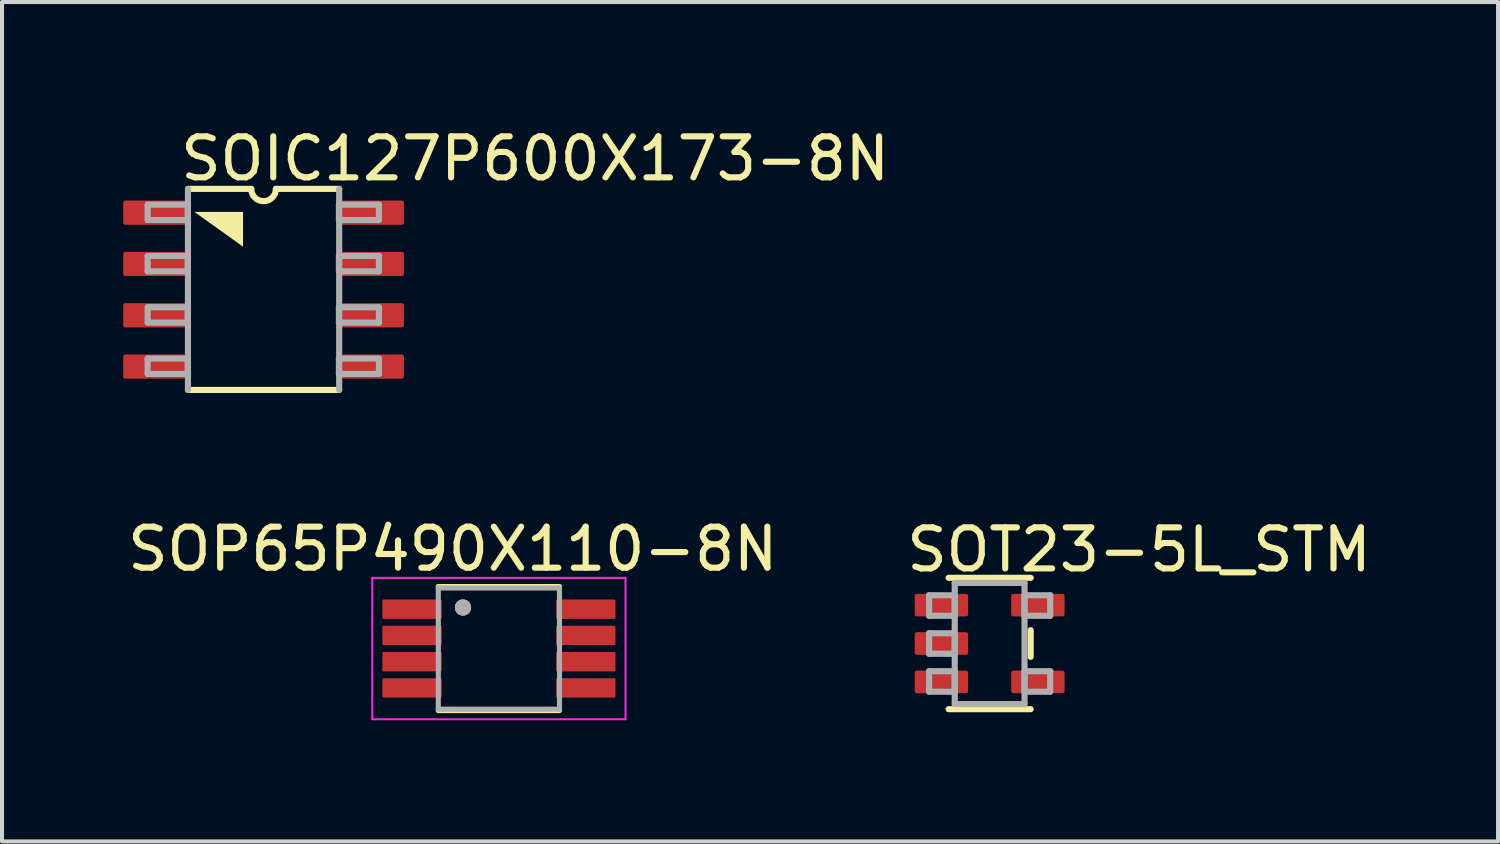
<source format=kicad_pcb>
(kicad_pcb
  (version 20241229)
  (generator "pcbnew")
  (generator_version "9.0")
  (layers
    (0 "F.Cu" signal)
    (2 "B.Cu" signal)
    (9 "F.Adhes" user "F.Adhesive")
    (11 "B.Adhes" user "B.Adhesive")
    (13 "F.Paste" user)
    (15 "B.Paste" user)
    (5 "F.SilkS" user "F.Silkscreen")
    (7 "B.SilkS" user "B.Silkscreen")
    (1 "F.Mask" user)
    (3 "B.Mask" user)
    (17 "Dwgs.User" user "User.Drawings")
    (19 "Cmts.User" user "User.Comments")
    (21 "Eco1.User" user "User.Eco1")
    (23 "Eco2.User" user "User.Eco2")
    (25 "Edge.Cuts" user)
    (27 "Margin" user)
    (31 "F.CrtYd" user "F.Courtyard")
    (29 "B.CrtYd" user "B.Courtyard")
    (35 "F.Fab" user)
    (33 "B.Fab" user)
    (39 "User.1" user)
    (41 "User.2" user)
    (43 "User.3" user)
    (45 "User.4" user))
  (footprint "SOIC127P600X173-8N"
    (layer "F.Cu")
    (at 3.475 4.115)
    (property "Reference" "SOIC127P600X173-8N" (at -2.134 -2.642 0) (layer "F.SilkS") (effects (font (size 1.016 1.016) (thickness 0.152)) (justify left bottom)))
    (fp_line (start -1.872 2.489) (end 1.872 2.489) (stroke (width 0.152) (type solid)) (layer "F.SilkS"))
    (fp_line (start -0.305 -2.489) (end -1.872 -2.489) (stroke (width 0.152) (type solid)) (layer "F.SilkS"))
    (fp_line (start 1.872 -2.489) (end 0.305 -2.489) (stroke (width 0.152) (type solid)) (layer "F.SilkS"))
    (fp_arc (start 0.3048 -2.4892) (mid 0 -2.1844) (end -0.3048 -2.4892) (stroke (width 0.1524) (type solid)) (layer "F.SilkS"))
    (fp_poly (pts (xy -0.508 -1.058) (xy -1.711 -1.918) (xy -0.508 -1.918)) (stroke (width 0) (type default)) (fill yes) (layer "F.SilkS"))
    (fp_line (start -2.869 -2.099) (end -2.869 -1.718) (stroke (width 0.152) (type solid)) (layer "F.Fab"))
    (fp_line (start -2.869 -1.718) (end -1.878 -1.718) (stroke (width 0.152) (type solid)) (layer "F.Fab"))
    (fp_line (start -2.869 -0.829) (end -2.869 -0.448) (stroke (width 0.152) (type solid)) (layer "F.Fab"))
    (fp_line (start -2.869 -0.448) (end -1.878 -0.448) (stroke (width 0.152) (type solid)) (layer "F.Fab"))
    (fp_line (start -2.869 0.441) (end -2.869 0.822) (stroke (width 0.152) (type solid)) (layer "F.Fab"))
    (fp_line (start -2.869 0.822) (end -1.878 0.822) (stroke (width 0.152) (type solid)) (layer "F.Fab"))
    (fp_line (start -2.869 1.711) (end -2.869 2.092) (stroke (width 0.152) (type solid)) (layer "F.Fab"))
    (fp_line (start -2.869 2.092) (end -1.878 2.092) (stroke (width 0.152) (type solid)) (layer "F.Fab"))
    (fp_line (start -1.878 -2.099) (end -2.869 -2.099) (stroke (width 0.152) (type solid)) (layer "F.Fab"))
    (fp_line (start -1.878 -1.718) (end -1.878 -2.099) (stroke (width 0.152) (type solid)) (layer "F.Fab"))
    (fp_line (start -1.878 -0.829) (end -2.869 -0.829) (stroke (width 0.152) (type solid)) (layer "F.Fab"))
    (fp_line (start -1.878 -0.448) (end -1.878 -0.829) (stroke (width 0.152) (type solid)) (layer "F.Fab"))
    (fp_line (start -1.878 0.441) (end -2.869 0.441) (stroke (width 0.152) (type solid)) (layer "F.Fab"))
    (fp_line (start -1.878 0.822) (end -1.878 0.441) (stroke (width 0.152) (type solid)) (layer "F.Fab"))
    (fp_line (start -1.878 1.711) (end -2.869 1.711) (stroke (width 0.152) (type solid)) (layer "F.Fab"))
    (fp_line (start -1.878 2.092) (end -1.878 1.711) (stroke (width 0.152) (type solid)) (layer "F.Fab"))
    (fp_line (start -1.872 2.489) (end -1.872 -2.489) (stroke (width 0.152) (type solid)) (layer "F.Fab"))
    (fp_line (start 1.865 -2.099) (end 1.865 -1.718) (stroke (width 0.152) (type solid)) (layer "F.Fab"))
    (fp_line (start 1.865 -1.718) (end 2.856 -1.718) (stroke (width 0.152) (type solid)) (layer "F.Fab"))
    (fp_line (start 1.865 -0.829) (end 1.865 -0.448) (stroke (width 0.152) (type solid)) (layer "F.Fab"))
    (fp_line (start 1.865 -0.448) (end 2.856 -0.448) (stroke (width 0.152) (type solid)) (layer "F.Fab"))
    (fp_line (start 1.865 0.441) (end 1.865 0.822) (stroke (width 0.152) (type solid)) (layer "F.Fab"))
    (fp_line (start 1.865 0.822) (end 2.856 0.822) (stroke (width 0.152) (type solid)) (layer "F.Fab"))
    (fp_line (start 1.865 1.711) (end 1.865 2.092) (stroke (width 0.152) (type solid)) (layer "F.Fab"))
    (fp_line (start 1.865 2.092) (end 2.856 2.092) (stroke (width 0.152) (type solid)) (layer "F.Fab"))
    (fp_line (start 1.872 2.489) (end 1.872 -2.489) (stroke (width 0.152) (type solid)) (layer "F.Fab"))
    (fp_line (start 2.856 -2.099) (end 1.865 -2.099) (stroke (width 0.152) (type solid)) (layer "F.Fab"))
    (fp_line (start 2.856 -1.718) (end 2.856 -2.099) (stroke (width 0.152) (type solid)) (layer "F.Fab"))
    (fp_line (start 2.856 -0.829) (end 1.865 -0.829) (stroke (width 0.152) (type solid)) (layer "F.Fab"))
    (fp_line (start 2.856 -0.448) (end 2.856 -0.829) (stroke (width 0.152) (type solid)) (layer "F.Fab"))
    (fp_line (start 2.856 0.441) (end 1.865 0.441) (stroke (width 0.152) (type solid)) (layer "F.Fab"))
    (fp_line (start 2.856 0.822) (end 2.856 0.441) (stroke (width 0.152) (type solid)) (layer "F.Fab"))
    (fp_line (start 2.856 1.711) (end 1.865 1.711) (stroke (width 0.152) (type solid)) (layer "F.Fab"))
    (fp_line (start 2.856 2.092) (end 2.856 1.711) (stroke (width 0.152) (type solid)) (layer "F.Fab"))
    (pad "1" smd roundrect (at -2.7 -1.9) (size 1.55 0.6) (layers "F.Cu" "F.Mask" "F.Paste") (roundrect_rratio 0.085))
    (pad "2" smd roundrect (at -2.7 -0.63) (size 1.55 0.6) (layers "F.Cu" "F.Mask" "F.Paste") (roundrect_rratio 0.085))
    (pad "3" smd roundrect (at -2.7 0.64) (size 1.55 0.6) (layers "F.Cu" "F.Mask" "F.Paste") (roundrect_rratio 0.085))
    (pad "4" smd roundrect (at -2.7 1.91) (size 1.55 0.6) (layers "F.Cu" "F.Mask" "F.Paste") (roundrect_rratio 0.085))
    (pad "5" smd roundrect (at 2.7 1.91) (size 1.55 0.6) (layers "F.Cu" "F.Mask" "F.Paste") (roundrect_rratio 0.085))
    (pad "6" smd roundrect (at 2.7 0.64) (size 1.55 0.6) (layers "F.Cu" "F.Mask" "F.Paste") (roundrect_rratio 0.085))
    (pad "7" smd roundrect (at 2.7 -0.63) (size 1.55 0.6) (layers "F.Cu" "F.Mask" "F.Paste") (roundrect_rratio 0.085))
    (pad "8" smd roundrect (at 2.7 -1.9) (size 1.55 0.6) (layers "F.Cu" "F.Mask" "F.Paste") (roundrect_rratio 0.085)))
  (footprint "SOP65P490X110-8N"
    (layer "F.Cu")
    (at 9.301 13.006)
    (property "Reference" "SOP65P490X110-8N" (at -1.143 -2.464 0) (layer "F.SilkS") (effects (font (size 1.016 1.016) (thickness 0.152))))
    (attr smd)
    (fp_line (start -1.5 -1.535) (end 1.5 -1.535) (stroke (width 0.127) (type solid)) (layer "F.SilkS"))
    (fp_line (start -1.5 1.535) (end 1.5 1.535) (stroke (width 0.127) (type solid)) (layer "F.SilkS"))
    (fp_circle (center -0.889 -1.016) (end -0.789 -1.016) (stroke (width 0.2) (type solid)) (fill no) (layer "F.SilkS"))
    (fp_line (start -3.135 -1.75) (end -3.135 1.75) (stroke (width 0.05) (type solid)) (layer "F.CrtYd"))
    (fp_line (start -3.135 -1.75) (end 3.135 -1.75) (stroke (width 0.05) (type solid)) (layer "F.CrtYd"))
    (fp_line (start -3.135 1.75) (end 3.135 1.75) (stroke (width 0.05) (type solid)) (layer "F.CrtYd"))
    (fp_line (start 3.135 -1.75) (end 3.135 1.75) (stroke (width 0.05) (type solid)) (layer "F.CrtYd"))
    (fp_line (start -1.5 -1.5) (end -1.5 1.5) (stroke (width 0.127) (type solid)) (layer "F.Fab"))
    (fp_line (start -1.5 -1.5) (end 1.5 -1.5) (stroke (width 0.127) (type solid)) (layer "F.Fab"))
    (fp_line (start -1.5 1.5) (end 1.5 1.5) (stroke (width 0.127) (type solid)) (layer "F.Fab"))
    (fp_line (start 1.5 -1.5) (end 1.5 1.5) (stroke (width 0.127) (type solid)) (layer "F.Fab"))
    (fp_circle (center -0.889 -1.016) (end -0.789 -1.016) (stroke (width 0.2) (type solid)) (fill no) (layer "F.Fab"))
    (pad "1" smd roundrect (at -2.15 -0.975) (size 1.47 0.48) (layers "F.Cu" "F.Mask" "F.Paste") (roundrect_rratio 0.06))
    (pad "2" smd roundrect (at -2.15 -0.325) (size 1.47 0.48) (layers "F.Cu" "F.Mask" "F.Paste") (roundrect_rratio 0.06))
    (pad "3" smd roundrect (at -2.15 0.325) (size 1.47 0.48) (layers "F.Cu" "F.Mask" "F.Paste") (roundrect_rratio 0.06))
    (pad "4" smd roundrect (at -2.15 0.975) (size 1.47 0.48) (layers "F.Cu" "F.Mask" "F.Paste") (roundrect_rratio 0.06))
    (pad "5" smd roundrect (at 2.15 0.975) (size 1.47 0.48) (layers "F.Cu" "F.Mask" "F.Paste") (roundrect_rratio 0.06))
    (pad "6" smd roundrect (at 2.15 0.325) (size 1.47 0.48) (layers "F.Cu" "F.Mask" "F.Paste") (roundrect_rratio 0.06))
    (pad "7" smd roundrect (at 2.15 -0.325) (size 1.47 0.48) (layers "F.Cu" "F.Mask" "F.Paste") (roundrect_rratio 0.06))
    (pad "8" smd roundrect (at 2.15 -0.975) (size 1.47 0.48) (layers "F.Cu" "F.Mask" "F.Paste") (roundrect_rratio 0.06)))
  (footprint "SOT23-5L_STM"
    (layer "F.Cu")
    (at 21.45 12.881)
    (property "Reference" "SOT23-5L_STM" (at -2.134 -1.727 0) (layer "F.SilkS") (effects (font (size 1.016 1.016) (thickness 0.152)) (justify left bottom)))
    (fp_line (start -1.016 1.626) (end 1.016 1.626) (stroke (width 0.152) (type solid)) (layer "F.SilkS"))
    (fp_line (start 1.016 -1.626) (end -1.016 -1.626) (stroke (width 0.152) (type solid)) (layer "F.SilkS"))
    (fp_line (start 1.016 0.33) (end 1.016 -0.33) (stroke (width 0.152) (type solid)) (layer "F.SilkS"))
    (fp_line (start -1.499 -1.194) (end -1.499 -0.686) (stroke (width 0.152) (type solid)) (layer "F.Fab"))
    (fp_line (start -1.499 -0.686) (end -0.864 -0.686) (stroke (width 0.152) (type solid)) (layer "F.Fab"))
    (fp_line (start -1.499 -0.254) (end -1.499 0.254) (stroke (width 0.152) (type solid)) (layer "F.Fab"))
    (fp_line (start -1.499 0.254) (end -0.864 0.254) (stroke (width 0.152) (type solid)) (layer "F.Fab"))
    (fp_line (start -1.499 0.686) (end -1.499 1.194) (stroke (width 0.152) (type solid)) (layer "F.Fab"))
    (fp_line (start -1.499 1.194) (end -0.864 1.194) (stroke (width 0.152) (type solid)) (layer "F.Fab"))
    (fp_line (start -0.864 -1.499) (end -0.864 1.499) (stroke (width 0.152) (type solid)) (layer "F.Fab"))
    (fp_line (start -0.864 -1.194) (end -1.499 -1.194) (stroke (width 0.152) (type solid)) (layer "F.Fab"))
    (fp_line (start -0.864 -0.686) (end -0.864 -1.194) (stroke (width 0.152) (type solid)) (layer "F.Fab"))
    (fp_line (start -0.864 -0.254) (end -1.499 -0.254) (stroke (width 0.152) (type solid)) (layer "F.Fab"))
    (fp_line (start -0.864 0.254) (end -0.864 -0.254) (stroke (width 0.152) (type solid)) (layer "F.Fab"))
    (fp_line (start -0.864 0.686) (end -1.499 0.686) (stroke (width 0.152) (type solid)) (layer "F.Fab"))
    (fp_line (start -0.864 1.194) (end -0.864 0.686) (stroke (width 0.152) (type solid)) (layer "F.Fab"))
    (fp_line (start -0.864 1.499) (end 0.864 1.499) (stroke (width 0.152) (type solid)) (layer "F.Fab"))
    (fp_line (start 0.864 -1.499) (end -0.864 -1.499) (stroke (width 0.152) (type solid)) (layer "F.Fab"))
    (fp_line (start 0.864 -1.194) (end 0.864 -0.686) (stroke (width 0.152) (type solid)) (layer "F.Fab"))
    (fp_line (start 0.864 -0.686) (end 1.499 -0.686) (stroke (width 0.152) (type solid)) (layer "F.Fab"))
    (fp_line (start 0.864 0.686) (end 0.864 1.194) (stroke (width 0.152) (type solid)) (layer "F.Fab"))
    (fp_line (start 0.864 1.194) (end 1.499 1.194) (stroke (width 0.152) (type solid)) (layer "F.Fab"))
    (fp_line (start 0.864 1.499) (end 0.864 -1.499) (stroke (width 0.152) (type solid)) (layer "F.Fab"))
    (fp_line (start 1.499 -1.194) (end 0.864 -1.194) (stroke (width 0.152) (type solid)) (layer "F.Fab"))
    (fp_line (start 1.499 -0.686) (end 1.499 -1.194) (stroke (width 0.152) (type solid)) (layer "F.Fab"))
    (fp_line (start 1.499 0.686) (end 0.864 0.686) (stroke (width 0.152) (type solid)) (layer "F.Fab"))
    (fp_line (start 1.499 1.194) (end 1.499 0.686) (stroke (width 0.152) (type solid)) (layer "F.Fab"))
    (pad "1" smd roundrect (at -1.194 -0.95) (size 1.321 0.559) (layers "F.Cu" "F.Mask" "F.Paste") (roundrect_rratio 0.091))
    (pad "2" smd roundrect (at -1.194 0) (size 1.321 0.559) (layers "F.Cu" "F.Mask" "F.Paste") (roundrect_rratio 0.091))
    (pad "3" smd roundrect (at -1.194 0.95) (size 1.321 0.559) (layers "F.Cu" "F.Mask" "F.Paste") (roundrect_rratio 0.091))
    (pad "4" smd roundrect (at 1.194 0.95) (size 1.321 0.559) (layers "F.Cu" "F.Mask" "F.Paste") (roundrect_rratio 0.091))
    (pad "5" smd roundrect (at 1.194 -0.95) (size 1.321 0.559) (layers "F.Cu" "F.Mask" "F.Paste") (roundrect_rratio 0.091)))
  (gr_rect
    (start -3 -3)
    (end 34.037 17.781)
    (stroke (width 0.1) (type default))
    (fill no)
    (layer "Edge.Cuts")))
</source>
